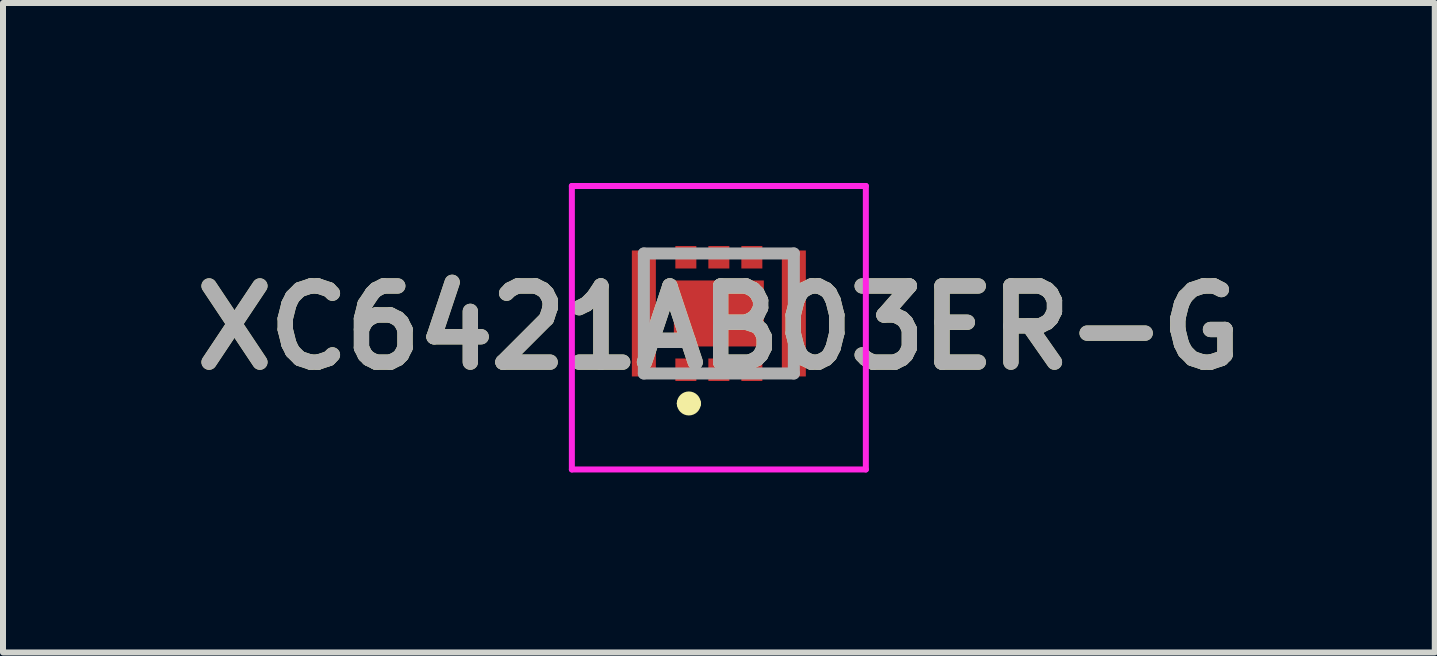
<source format=kicad_pcb>
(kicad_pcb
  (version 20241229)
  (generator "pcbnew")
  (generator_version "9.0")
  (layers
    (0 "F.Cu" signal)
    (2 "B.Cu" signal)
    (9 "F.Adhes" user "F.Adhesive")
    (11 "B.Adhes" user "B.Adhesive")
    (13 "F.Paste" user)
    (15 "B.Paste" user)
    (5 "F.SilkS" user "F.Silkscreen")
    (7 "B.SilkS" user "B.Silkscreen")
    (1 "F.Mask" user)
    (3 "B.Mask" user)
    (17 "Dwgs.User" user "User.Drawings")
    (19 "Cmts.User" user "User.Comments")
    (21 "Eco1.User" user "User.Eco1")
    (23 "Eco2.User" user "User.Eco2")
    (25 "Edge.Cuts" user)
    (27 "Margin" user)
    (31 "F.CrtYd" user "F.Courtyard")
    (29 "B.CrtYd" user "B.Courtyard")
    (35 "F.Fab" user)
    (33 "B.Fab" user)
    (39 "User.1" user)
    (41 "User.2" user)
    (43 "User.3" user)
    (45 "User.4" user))
  (footprint "XC6421AB03ER-G"
    (layer "F.Cu")
    (at 8.932 2.475)
    (property "Reference" "XC6421AB03ER-G" (at 0 -0.063 0) (layer "F.SilkS") (effects (font (size 1.27 1.27) (thickness 0.254))))
    (attr smd)
    (fp_line (start -0.6 1.2) (end -0.6 1.2) (stroke (width 0.2) (type solid)) (layer "F.SilkS"))
    (fp_line (start -0.4 1.2) (end -0.4 1.2) (stroke (width 0.2) (type solid)) (layer "F.SilkS"))
    (fp_arc (start -0.6 1.2) (mid -0.5 1.1) (end -0.4 1.2) (stroke (width 0.2) (type solid)) (layer "F.SilkS"))
    (fp_arc (start -0.4 1.2) (mid -0.5 1.3) (end -0.6 1.2) (stroke (width 0.2) (type solid)) (layer "F.SilkS"))
    (fp_line (start -2.45 -2.425) (end 2.45 -2.425) (stroke (width 0.1) (type solid)) (layer "F.CrtYd"))
    (fp_line (start -2.45 2.3) (end -2.45 -2.425) (stroke (width 0.1) (type solid)) (layer "F.CrtYd"))
    (fp_line (start 2.45 -2.425) (end 2.45 2.3) (stroke (width 0.1) (type solid)) (layer "F.CrtYd"))
    (fp_line (start 2.45 2.3) (end -2.45 2.3) (stroke (width 0.1) (type solid)) (layer "F.CrtYd"))
    (fp_line (start -1.25 -1.3) (end 1.25 -1.3) (stroke (width 0.2) (type solid)) (layer "F.Fab"))
    (fp_line (start -1.25 0.7) (end -1.25 -1.3) (stroke (width 0.2) (type solid)) (layer "F.Fab"))
    (fp_line (start 1.25 -1.3) (end 1.25 0.7) (stroke (width 0.2) (type solid)) (layer "F.Fab"))
    (fp_line (start 1.25 0.7) (end -1.25 0.7) (stroke (width 0.2) (type solid)) (layer "F.Fab"))
    (fp_text user "${REFERENCE}" (at 0 -0.063 0) (layer "F.Fab") (effects (font (size 1.27 1.27) (thickness 0.254))))
    (pad "1" smd rect (at -0.55 0.638) (size 0.35 0.375) (layers "F.Cu" "F.Mask" "F.Paste"))
    (pad "2" smd rect (at 0 0.638) (size 0.35 0.375) (layers "F.Cu" "F.Mask" "F.Paste"))
    (pad "3" smd rect (at 0.55 0.638) (size 0.35 0.375) (layers "F.Cu" "F.Mask" "F.Paste"))
    (pad "4" smd rect (at 0.55 -1.237) (size 0.35 0.375) (layers "F.Cu" "F.Mask" "F.Paste"))
    (pad "5" smd rect (at 0 -1.237) (size 0.35 0.375) (layers "F.Cu" "F.Mask" "F.Paste"))
    (pad "6" smd rect (at -0.55 -1.237) (size 0.35 0.375) (layers "F.Cu" "F.Mask" "F.Paste"))
    (pad "7" smd rect (at -1.25 -0.3) (size 0.4 2.1) (layers "F.Cu" "F.Mask" "F.Paste"))
    (pad "8" smd rect (at 1.25 -0.3) (size 0.4 2.1) (layers "F.Cu" "F.Mask" "F.Paste"))
    (pad "9" smd rect (at 0 -0.3 90) (size 1.1 1.5) (layers "F.Cu" "F.Mask" "F.Paste")))
  (gr_rect
    (start -3 -3)
    (end 20.865 7.825)
    (stroke (width 0.1) (type default))
    (fill no)
    (layer "Edge.Cuts")))
</source>
